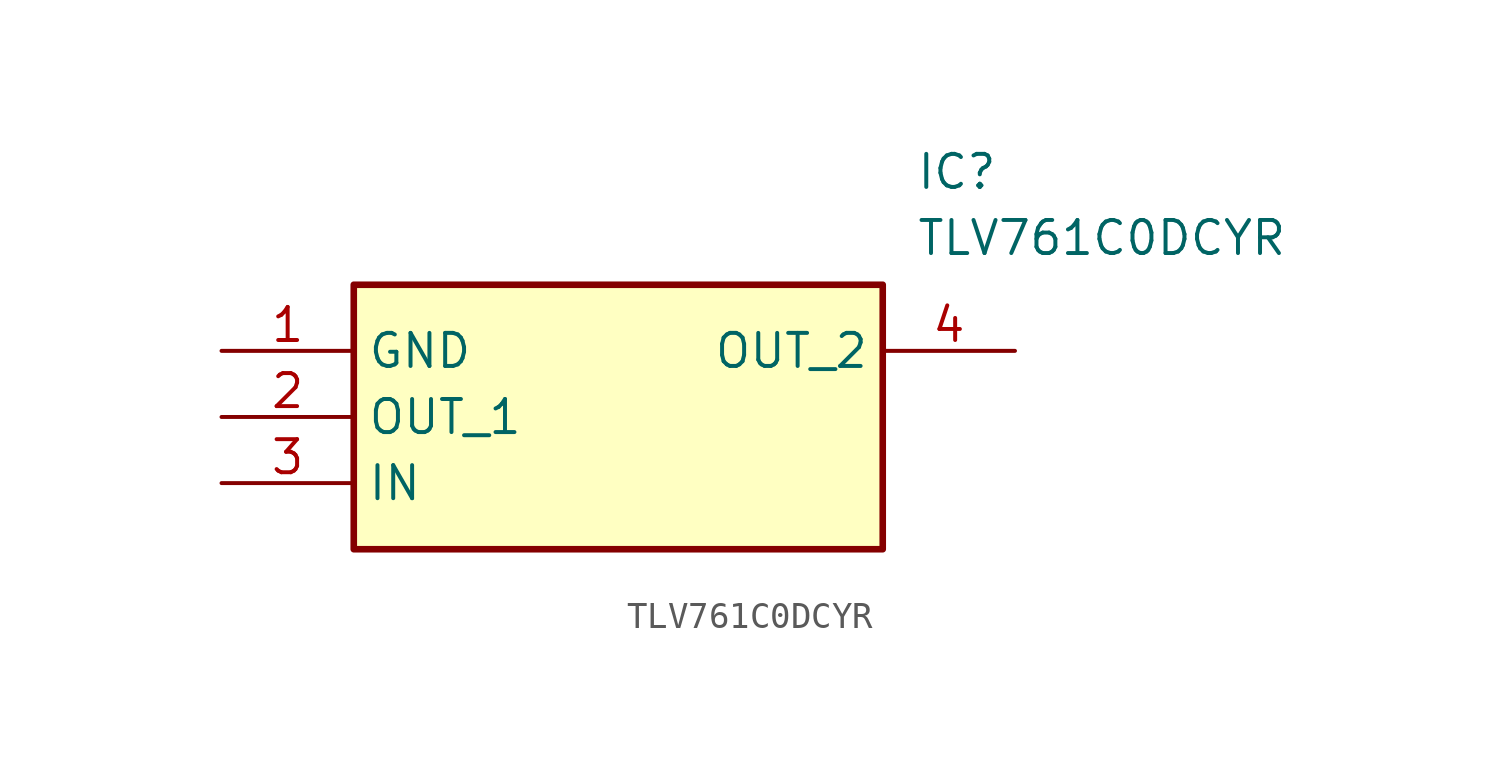
<source format=kicad_sym>
(kicad_symbol_lib
  (version 20211014)
  (generator SamacSys_ECAD_Model)
  (symbol "TLV761C0DCYR"
    (property "Reference" "IC"
      (at 26.67 7.62 0)
      (effects (font (size 1.27 1.27)) (justify left top)))
    (property "Value" "TLV761C0DCYR"
      (at 26.67 5.08 0)
      (effects (font (size 1.27 1.27)) (justify left top)))
    (rectangle
      (start 5.08 2.54)
      (end 25.4 -7.62)
      (stroke (width 0.254) (type default))
      (fill (type background)))
    (pin passive line
      (at 0 0 0)
      (length 5.08)
      (name "GND" (effects (font (size 1.27 1.27))))
      (number "1" (effects (font (size 1.27 1.27)))))
    (pin passive line
      (at 0 -2.54 0)
      (length 5.08)
      (name "OUT_1" (effects (font (size 1.27 1.27))))
      (number "2" (effects (font (size 1.27 1.27)))))
    (pin passive line
      (at 0 -5.08 0)
      (length 5.08)
      (name "IN" (effects (font (size 1.27 1.27))))
      (number "3" (effects (font (size 1.27 1.27)))))
    (pin passive line
      (at 30.48 0 180)
      (length 5.08)
      (name "OUT_2" (effects (font (size 1.27 1.27))))
      (number "4" (effects (font (size 1.27 1.27)))))))
</source>
